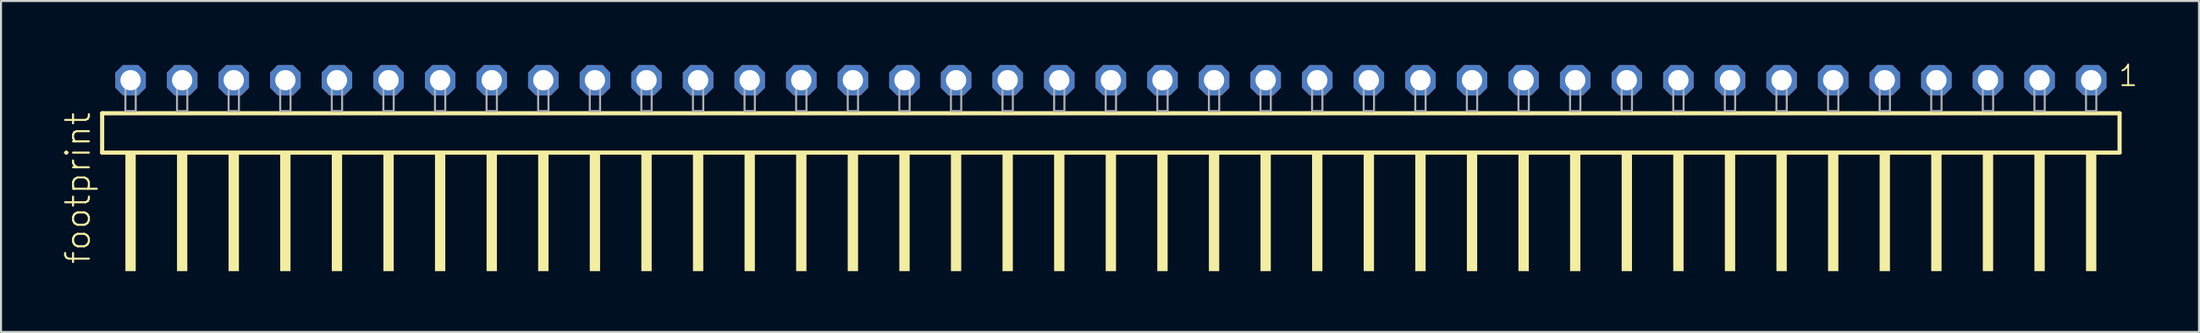
<source format=kicad_pcb>
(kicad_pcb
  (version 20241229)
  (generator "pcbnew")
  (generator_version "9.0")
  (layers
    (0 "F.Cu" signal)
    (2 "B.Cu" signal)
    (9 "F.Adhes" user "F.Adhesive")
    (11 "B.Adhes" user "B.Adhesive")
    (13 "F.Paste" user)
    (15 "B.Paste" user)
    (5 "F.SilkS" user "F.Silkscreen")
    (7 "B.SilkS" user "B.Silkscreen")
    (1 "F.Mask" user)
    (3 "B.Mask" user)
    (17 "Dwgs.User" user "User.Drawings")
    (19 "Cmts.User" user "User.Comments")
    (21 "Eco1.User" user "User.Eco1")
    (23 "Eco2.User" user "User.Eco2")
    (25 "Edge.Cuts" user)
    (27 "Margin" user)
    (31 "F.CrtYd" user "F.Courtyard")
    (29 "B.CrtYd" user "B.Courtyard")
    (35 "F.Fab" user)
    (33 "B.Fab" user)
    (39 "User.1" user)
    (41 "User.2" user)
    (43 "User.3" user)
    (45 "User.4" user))
  (footprint "footprint"
    (layer "F.Cu")
    (at 51.638 2.428)
    (property "Reference" "footprint" (at -50.165 7.62 90) (layer "F.SilkS") (effects (font (size 1.168 1.168) (thickness 0.102)) (justify left bottom)))
    (fp_line (start -49.659 0.106) (end -49.659 2.046) (stroke (width 0.203) (type solid)) (layer "F.SilkS"))
    (fp_line (start -49.659 2.046) (end 49.659 2.046) (stroke (width 0.203) (type solid)) (layer "F.SilkS"))
    (fp_line (start 49.659 0.106) (end -49.659 0.106) (stroke (width 0.203) (type solid)) (layer "F.SilkS"))
    (fp_line (start 49.659 2.046) (end 49.659 0.106) (stroke (width 0.203) (type solid)) (layer "F.SilkS"))
    (fp_poly (pts (xy -48.514 7.89) (xy -48.006 7.89) (xy -48.006 2.04) (xy -48.514 2.04)) (stroke (width 0) (type solid)) (fill yes) (layer "F.SilkS"))
    (fp_poly (pts (xy -45.974 7.89) (xy -45.466 7.89) (xy -45.466 2.04) (xy -45.974 2.04)) (stroke (width 0) (type solid)) (fill yes) (layer "F.SilkS"))
    (fp_poly (pts (xy -43.434 7.89) (xy -42.926 7.89) (xy -42.926 2.04) (xy -43.434 2.04)) (stroke (width 0) (type solid)) (fill yes) (layer "F.SilkS"))
    (fp_poly (pts (xy -40.894 7.89) (xy -40.386 7.89) (xy -40.386 2.04) (xy -40.894 2.04)) (stroke (width 0) (type solid)) (fill yes) (layer "F.SilkS"))
    (fp_poly (pts (xy -38.354 7.89) (xy -37.846 7.89) (xy -37.846 2.04) (xy -38.354 2.04)) (stroke (width 0) (type solid)) (fill yes) (layer "F.SilkS"))
    (fp_poly (pts (xy -35.814 7.89) (xy -35.306 7.89) (xy -35.306 2.04) (xy -35.814 2.04)) (stroke (width 0) (type solid)) (fill yes) (layer "F.SilkS"))
    (fp_poly (pts (xy -33.274 7.89) (xy -32.766 7.89) (xy -32.766 2.04) (xy -33.274 2.04)) (stroke (width 0) (type solid)) (fill yes) (layer "F.SilkS"))
    (fp_poly (pts (xy -30.734 7.89) (xy -30.226 7.89) (xy -30.226 2.04) (xy -30.734 2.04)) (stroke (width 0) (type solid)) (fill yes) (layer "F.SilkS"))
    (fp_poly (pts (xy -28.194 7.89) (xy -27.686 7.89) (xy -27.686 2.04) (xy -28.194 2.04)) (stroke (width 0) (type solid)) (fill yes) (layer "F.SilkS"))
    (fp_poly (pts (xy -25.654 7.89) (xy -25.146 7.89) (xy -25.146 2.04) (xy -25.654 2.04)) (stroke (width 0) (type solid)) (fill yes) (layer "F.SilkS"))
    (fp_poly (pts (xy -23.114 7.89) (xy -22.606 7.89) (xy -22.606 2.04) (xy -23.114 2.04)) (stroke (width 0) (type solid)) (fill yes) (layer "F.SilkS"))
    (fp_poly (pts (xy -20.574 7.89) (xy -20.066 7.89) (xy -20.066 2.04) (xy -20.574 2.04)) (stroke (width 0) (type solid)) (fill yes) (layer "F.SilkS"))
    (fp_poly (pts (xy -18.034 7.89) (xy -17.526 7.89) (xy -17.526 2.04) (xy -18.034 2.04)) (stroke (width 0) (type solid)) (fill yes) (layer "F.SilkS"))
    (fp_poly (pts (xy -15.494 7.89) (xy -14.986 7.89) (xy -14.986 2.04) (xy -15.494 2.04)) (stroke (width 0) (type solid)) (fill yes) (layer "F.SilkS"))
    (fp_poly (pts (xy -12.954 7.89) (xy -12.446 7.89) (xy -12.446 2.04) (xy -12.954 2.04)) (stroke (width 0) (type solid)) (fill yes) (layer "F.SilkS"))
    (fp_poly (pts (xy -10.414 7.89) (xy -9.906 7.89) (xy -9.906 2.04) (xy -10.414 2.04)) (stroke (width 0) (type solid)) (fill yes) (layer "F.SilkS"))
    (fp_poly (pts (xy -7.874 7.89) (xy -7.366 7.89) (xy -7.366 2.04) (xy -7.874 2.04)) (stroke (width 0) (type solid)) (fill yes) (layer "F.SilkS"))
    (fp_poly (pts (xy -5.334 7.89) (xy -4.826 7.89) (xy -4.826 2.04) (xy -5.334 2.04)) (stroke (width 0) (type solid)) (fill yes) (layer "F.SilkS"))
    (fp_poly (pts (xy -2.794 7.89) (xy -2.286 7.89) (xy -2.286 2.04) (xy -2.794 2.04)) (stroke (width 0) (type solid)) (fill yes) (layer "F.SilkS"))
    (fp_poly (pts (xy -0.254 7.89) (xy 0.254 7.89) (xy 0.254 2.04) (xy -0.254 2.04)) (stroke (width 0) (type solid)) (fill yes) (layer "F.SilkS"))
    (fp_poly (pts (xy 2.286 7.89) (xy 2.794 7.89) (xy 2.794 2.04) (xy 2.286 2.04)) (stroke (width 0) (type solid)) (fill yes) (layer "F.SilkS"))
    (fp_poly (pts (xy 4.826 7.89) (xy 5.334 7.89) (xy 5.334 2.04) (xy 4.826 2.04)) (stroke (width 0) (type solid)) (fill yes) (layer "F.SilkS"))
    (fp_poly (pts (xy 7.366 7.89) (xy 7.874 7.89) (xy 7.874 2.04) (xy 7.366 2.04)) (stroke (width 0) (type solid)) (fill yes) (layer "F.SilkS"))
    (fp_poly (pts (xy 9.906 7.89) (xy 10.414 7.89) (xy 10.414 2.04) (xy 9.906 2.04)) (stroke (width 0) (type solid)) (fill yes) (layer "F.SilkS"))
    (fp_poly (pts (xy 12.446 7.89) (xy 12.954 7.89) (xy 12.954 2.04) (xy 12.446 2.04)) (stroke (width 0) (type solid)) (fill yes) (layer "F.SilkS"))
    (fp_poly (pts (xy 14.986 7.89) (xy 15.494 7.89) (xy 15.494 2.04) (xy 14.986 2.04)) (stroke (width 0) (type solid)) (fill yes) (layer "F.SilkS"))
    (fp_poly (pts (xy 17.526 7.89) (xy 18.034 7.89) (xy 18.034 2.04) (xy 17.526 2.04)) (stroke (width 0) (type solid)) (fill yes) (layer "F.SilkS"))
    (fp_poly (pts (xy 20.066 7.89) (xy 20.574 7.89) (xy 20.574 2.04) (xy 20.066 2.04)) (stroke (width 0) (type solid)) (fill yes) (layer "F.SilkS"))
    (fp_poly (pts (xy 22.606 7.89) (xy 23.114 7.89) (xy 23.114 2.04) (xy 22.606 2.04)) (stroke (width 0) (type solid)) (fill yes) (layer "F.SilkS"))
    (fp_poly (pts (xy 25.146 7.89) (xy 25.654 7.89) (xy 25.654 2.04) (xy 25.146 2.04)) (stroke (width 0) (type solid)) (fill yes) (layer "F.SilkS"))
    (fp_poly (pts (xy 27.686 7.89) (xy 28.194 7.89) (xy 28.194 2.04) (xy 27.686 2.04)) (stroke (width 0) (type solid)) (fill yes) (layer "F.SilkS"))
    (fp_poly (pts (xy 30.226 7.89) (xy 30.734 7.89) (xy 30.734 2.04) (xy 30.226 2.04)) (stroke (width 0) (type solid)) (fill yes) (layer "F.SilkS"))
    (fp_poly (pts (xy 32.766 7.89) (xy 33.274 7.89) (xy 33.274 2.04) (xy 32.766 2.04)) (stroke (width 0) (type solid)) (fill yes) (layer "F.SilkS"))
    (fp_poly (pts (xy 35.306 7.89) (xy 35.814 7.89) (xy 35.814 2.04) (xy 35.306 2.04)) (stroke (width 0) (type solid)) (fill yes) (layer "F.SilkS"))
    (fp_poly (pts (xy 37.846 7.89) (xy 38.354 7.89) (xy 38.354 2.04) (xy 37.846 2.04)) (stroke (width 0) (type solid)) (fill yes) (layer "F.SilkS"))
    (fp_poly (pts (xy 40.386 7.89) (xy 40.894 7.89) (xy 40.894 2.04) (xy 40.386 2.04)) (stroke (width 0) (type solid)) (fill yes) (layer "F.SilkS"))
    (fp_poly (pts (xy 42.926 7.89) (xy 43.434 7.89) (xy 43.434 2.04) (xy 42.926 2.04)) (stroke (width 0) (type solid)) (fill yes) (layer "F.SilkS"))
    (fp_poly (pts (xy 45.466 7.89) (xy 45.974 7.89) (xy 45.974 2.04) (xy 45.466 2.04)) (stroke (width 0) (type solid)) (fill yes) (layer "F.SilkS"))
    (fp_poly (pts (xy 48.006 7.89) (xy 48.514 7.89) (xy 48.514 2.04) (xy 48.006 2.04)) (stroke (width 0) (type solid)) (fill yes) (layer "F.SilkS"))
    (fp_poly (pts (xy -48.514 0) (xy -48.006 0) (xy -48.006 -1.778) (xy -48.514 -1.778)) (stroke (width 0.1) (type solid)) (fill no) (layer "F.Fab"))
    (fp_poly (pts (xy -45.974 0) (xy -45.466 0) (xy -45.466 -1.778) (xy -45.974 -1.778)) (stroke (width 0.1) (type solid)) (fill no) (layer "F.Fab"))
    (fp_poly (pts (xy -43.434 0) (xy -42.926 0) (xy -42.926 -1.778) (xy -43.434 -1.778)) (stroke (width 0.1) (type solid)) (fill no) (layer "F.Fab"))
    (fp_poly (pts (xy -40.894 0) (xy -40.386 0) (xy -40.386 -1.778) (xy -40.894 -1.778)) (stroke (width 0.1) (type solid)) (fill no) (layer "F.Fab"))
    (fp_poly (pts (xy -38.354 0) (xy -37.846 0) (xy -37.846 -1.778) (xy -38.354 -1.778)) (stroke (width 0.1) (type solid)) (fill no) (layer "F.Fab"))
    (fp_poly (pts (xy -35.814 0) (xy -35.306 0) (xy -35.306 -1.778) (xy -35.814 -1.778)) (stroke (width 0.1) (type solid)) (fill no) (layer "F.Fab"))
    (fp_poly (pts (xy -33.274 0) (xy -32.766 0) (xy -32.766 -1.778) (xy -33.274 -1.778)) (stroke (width 0.1) (type solid)) (fill no) (layer "F.Fab"))
    (fp_poly (pts (xy -30.734 0) (xy -30.226 0) (xy -30.226 -1.778) (xy -30.734 -1.778)) (stroke (width 0.1) (type solid)) (fill no) (layer "F.Fab"))
    (fp_poly (pts (xy -28.194 0) (xy -27.686 0) (xy -27.686 -1.778) (xy -28.194 -1.778)) (stroke (width 0.1) (type solid)) (fill no) (layer "F.Fab"))
    (fp_poly (pts (xy -25.654 0) (xy -25.146 0) (xy -25.146 -1.778) (xy -25.654 -1.778)) (stroke (width 0.1) (type solid)) (fill no) (layer "F.Fab"))
    (fp_poly (pts (xy -23.114 0) (xy -22.606 0) (xy -22.606 -1.778) (xy -23.114 -1.778)) (stroke (width 0.1) (type solid)) (fill no) (layer "F.Fab"))
    (fp_poly (pts (xy -20.574 0) (xy -20.066 0) (xy -20.066 -1.778) (xy -20.574 -1.778)) (stroke (width 0.1) (type solid)) (fill no) (layer "F.Fab"))
    (fp_poly (pts (xy -18.034 0) (xy -17.526 0) (xy -17.526 -1.778) (xy -18.034 -1.778)) (stroke (width 0.1) (type solid)) (fill no) (layer "F.Fab"))
    (fp_poly (pts (xy -15.494 0) (xy -14.986 0) (xy -14.986 -1.778) (xy -15.494 -1.778)) (stroke (width 0.1) (type solid)) (fill no) (layer "F.Fab"))
    (fp_poly (pts (xy -12.954 0) (xy -12.446 0) (xy -12.446 -1.778) (xy -12.954 -1.778)) (stroke (width 0.1) (type solid)) (fill no) (layer "F.Fab"))
    (fp_poly (pts (xy -10.414 0) (xy -9.906 0) (xy -9.906 -1.778) (xy -10.414 -1.778)) (stroke (width 0.1) (type solid)) (fill no) (layer "F.Fab"))
    (fp_poly (pts (xy -7.874 0) (xy -7.366 0) (xy -7.366 -1.778) (xy -7.874 -1.778)) (stroke (width 0.1) (type solid)) (fill no) (layer "F.Fab"))
    (fp_poly (pts (xy -5.334 0) (xy -4.826 0) (xy -4.826 -1.778) (xy -5.334 -1.778)) (stroke (width 0.1) (type solid)) (fill no) (layer "F.Fab"))
    (fp_poly (pts (xy -2.794 0) (xy -2.286 0) (xy -2.286 -1.778) (xy -2.794 -1.778)) (stroke (width 0.1) (type solid)) (fill no) (layer "F.Fab"))
    (fp_poly (pts (xy -0.254 0) (xy 0.254 0) (xy 0.254 -1.778) (xy -0.254 -1.778)) (stroke (width 0.1) (type solid)) (fill no) (layer "F.Fab"))
    (fp_poly (pts (xy 2.286 0) (xy 2.794 0) (xy 2.794 -1.778) (xy 2.286 -1.778)) (stroke (width 0.1) (type solid)) (fill no) (layer "F.Fab"))
    (fp_poly (pts (xy 4.826 0) (xy 5.334 0) (xy 5.334 -1.778) (xy 4.826 -1.778)) (stroke (width 0.1) (type solid)) (fill no) (layer "F.Fab"))
    (fp_poly (pts (xy 7.366 0) (xy 7.874 0) (xy 7.874 -1.778) (xy 7.366 -1.778)) (stroke (width 0.1) (type solid)) (fill no) (layer "F.Fab"))
    (fp_poly (pts (xy 9.906 0) (xy 10.414 0) (xy 10.414 -1.778) (xy 9.906 -1.778)) (stroke (width 0.1) (type solid)) (fill no) (layer "F.Fab"))
    (fp_poly (pts (xy 12.446 0) (xy 12.954 0) (xy 12.954 -1.778) (xy 12.446 -1.778)) (stroke (width 0.1) (type solid)) (fill no) (layer "F.Fab"))
    (fp_poly (pts (xy 14.986 0) (xy 15.494 0) (xy 15.494 -1.778) (xy 14.986 -1.778)) (stroke (width 0.1) (type solid)) (fill no) (layer "F.Fab"))
    (fp_poly (pts (xy 17.526 0) (xy 18.034 0) (xy 18.034 -1.778) (xy 17.526 -1.778)) (stroke (width 0.1) (type solid)) (fill no) (layer "F.Fab"))
    (fp_poly (pts (xy 20.066 0) (xy 20.574 0) (xy 20.574 -1.778) (xy 20.066 -1.778)) (stroke (width 0.1) (type solid)) (fill no) (layer "F.Fab"))
    (fp_poly (pts (xy 22.606 0) (xy 23.114 0) (xy 23.114 -1.778) (xy 22.606 -1.778)) (stroke (width 0.1) (type solid)) (fill no) (layer "F.Fab"))
    (fp_poly (pts (xy 25.146 0) (xy 25.654 0) (xy 25.654 -1.778) (xy 25.146 -1.778)) (stroke (width 0.1) (type solid)) (fill no) (layer "F.Fab"))
    (fp_poly (pts (xy 27.686 0) (xy 28.194 0) (xy 28.194 -1.778) (xy 27.686 -1.778)) (stroke (width 0.1) (type solid)) (fill no) (layer "F.Fab"))
    (fp_poly (pts (xy 30.226 0) (xy 30.734 0) (xy 30.734 -1.778) (xy 30.226 -1.778)) (stroke (width 0.1) (type solid)) (fill no) (layer "F.Fab"))
    (fp_poly (pts (xy 32.766 0) (xy 33.274 0) (xy 33.274 -1.778) (xy 32.766 -1.778)) (stroke (width 0.1) (type solid)) (fill no) (layer "F.Fab"))
    (fp_poly (pts (xy 35.306 0) (xy 35.814 0) (xy 35.814 -1.778) (xy 35.306 -1.778)) (stroke (width 0.1) (type solid)) (fill no) (layer "F.Fab"))
    (fp_poly (pts (xy 37.846 0) (xy 38.354 0) (xy 38.354 -1.778) (xy 37.846 -1.778)) (stroke (width 0.1) (type solid)) (fill no) (layer "F.Fab"))
    (fp_poly (pts (xy 40.386 0) (xy 40.894 0) (xy 40.894 -1.778) (xy 40.386 -1.778)) (stroke (width 0.1) (type solid)) (fill no) (layer "F.Fab"))
    (fp_poly (pts (xy 42.926 0) (xy 43.434 0) (xy 43.434 -1.778) (xy 42.926 -1.778)) (stroke (width 0.1) (type solid)) (fill no) (layer "F.Fab"))
    (fp_poly (pts (xy 45.466 0) (xy 45.974 0) (xy 45.974 -1.778) (xy 45.466 -1.778)) (stroke (width 0.1) (type solid)) (fill no) (layer "F.Fab"))
    (fp_poly (pts (xy 48.006 0) (xy 48.514 0) (xy 48.514 -1.778) (xy 48.006 -1.778)) (stroke (width 0.1) (type solid)) (fill no) (layer "F.Fab"))
    (fp_text user "1" (at 49.542 -1.152 0) (layer "F.SilkS") (effects (font (size 1.012 1.012) (thickness 0.088)) (justify left bottom)))
    (pad "1" thru_hole roundrect (at 48.26 -1.524 180) (size 1.5 1.5) (drill 1) (layers "*.Cu" "*.Mask") (roundrect_rratio 0.25) (chamfer_ratio 0.25) (chamfer top_left top_right bottom_left bottom_right))
    (pad "2" thru_hole roundrect (at 45.72 -1.524 180) (size 1.5 1.5) (drill 1) (layers "*.Cu" "*.Mask") (roundrect_rratio 0.25) (chamfer_ratio 0.25) (chamfer top_left top_right bottom_left bottom_right))
    (pad "3" thru_hole roundrect (at 43.18 -1.524 180) (size 1.5 1.5) (drill 1) (layers "*.Cu" "*.Mask") (roundrect_rratio 0.25) (chamfer_ratio 0.25) (chamfer top_left top_right bottom_left bottom_right))
    (pad "4" thru_hole roundrect (at 40.64 -1.524 180) (size 1.5 1.5) (drill 1) (layers "*.Cu" "*.Mask") (roundrect_rratio 0.25) (chamfer_ratio 0.25) (chamfer top_left top_right bottom_left bottom_right))
    (pad "5" thru_hole roundrect (at 38.1 -1.524 180) (size 1.5 1.5) (drill 1) (layers "*.Cu" "*.Mask") (roundrect_rratio 0.25) (chamfer_ratio 0.25) (chamfer top_left top_right bottom_left bottom_right))
    (pad "6" thru_hole roundrect (at 35.56 -1.524 180) (size 1.5 1.5) (drill 1) (layers "*.Cu" "*.Mask") (roundrect_rratio 0.25) (chamfer_ratio 0.25) (chamfer top_left top_right bottom_left bottom_right))
    (pad "7" thru_hole roundrect (at 33.02 -1.524 180) (size 1.5 1.5) (drill 1) (layers "*.Cu" "*.Mask") (roundrect_rratio 0.25) (chamfer_ratio 0.25) (chamfer top_left top_right bottom_left bottom_right))
    (pad "8" thru_hole roundrect (at 30.48 -1.524 180) (size 1.5 1.5) (drill 1) (layers "*.Cu" "*.Mask") (roundrect_rratio 0.25) (chamfer_ratio 0.25) (chamfer top_left top_right bottom_left bottom_right))
    (pad "9" thru_hole roundrect (at 27.94 -1.524 180) (size 1.5 1.5) (drill 1) (layers "*.Cu" "*.Mask") (roundrect_rratio 0.25) (chamfer_ratio 0.25) (chamfer top_left top_right bottom_left bottom_right))
    (pad "10" thru_hole roundrect (at 25.4 -1.524 180) (size 1.5 1.5) (drill 1) (layers "*.Cu" "*.Mask") (roundrect_rratio 0.25) (chamfer_ratio 0.25) (chamfer top_left top_right bottom_left bottom_right))
    (pad "11" thru_hole roundrect (at 22.86 -1.524 180) (size 1.5 1.5) (drill 1) (layers "*.Cu" "*.Mask") (roundrect_rratio 0.25) (chamfer_ratio 0.25) (chamfer top_left top_right bottom_left bottom_right))
    (pad "12" thru_hole roundrect (at 20.32 -1.524 180) (size 1.5 1.5) (drill 1) (layers "*.Cu" "*.Mask") (roundrect_rratio 0.25) (chamfer_ratio 0.25) (chamfer top_left top_right bottom_left bottom_right))
    (pad "13" thru_hole roundrect (at 17.78 -1.524 180) (size 1.5 1.5) (drill 1) (layers "*.Cu" "*.Mask") (roundrect_rratio 0.25) (chamfer_ratio 0.25) (chamfer top_left top_right bottom_left bottom_right))
    (pad "14" thru_hole roundrect (at 15.24 -1.524 180) (size 1.5 1.5) (drill 1) (layers "*.Cu" "*.Mask") (roundrect_rratio 0.25) (chamfer_ratio 0.25) (chamfer top_left top_right bottom_left bottom_right))
    (pad "15" thru_hole roundrect (at 12.7 -1.524 180) (size 1.5 1.5) (drill 1) (layers "*.Cu" "*.Mask") (roundrect_rratio 0.25) (chamfer_ratio 0.25) (chamfer top_left top_right bottom_left bottom_right))
    (pad "16" thru_hole roundrect (at 10.16 -1.524 180) (size 1.5 1.5) (drill 1) (layers "*.Cu" "*.Mask") (roundrect_rratio 0.25) (chamfer_ratio 0.25) (chamfer top_left top_right bottom_left bottom_right))
    (pad "17" thru_hole roundrect (at 7.62 -1.524 180) (size 1.5 1.5) (drill 1) (layers "*.Cu" "*.Mask") (roundrect_rratio 0.25) (chamfer_ratio 0.25) (chamfer top_left top_right bottom_left bottom_right))
    (pad "18" thru_hole roundrect (at 5.08 -1.524 180) (size 1.5 1.5) (drill 1) (layers "*.Cu" "*.Mask") (roundrect_rratio 0.25) (chamfer_ratio 0.25) (chamfer top_left top_right bottom_left bottom_right))
    (pad "19" thru_hole roundrect (at 2.54 -1.524 180) (size 1.5 1.5) (drill 1) (layers "*.Cu" "*.Mask") (roundrect_rratio 0.25) (chamfer_ratio 0.25) (chamfer top_left top_right bottom_left bottom_right))
    (pad "20" thru_hole roundrect (at 0 -1.524 180) (size 1.5 1.5) (drill 1) (layers "*.Cu" "*.Mask") (roundrect_rratio 0.25) (chamfer_ratio 0.25) (chamfer top_left top_right bottom_left bottom_right))
    (pad "21" thru_hole roundrect (at -2.54 -1.524 180) (size 1.5 1.5) (drill 1) (layers "*.Cu" "*.Mask") (roundrect_rratio 0.25) (chamfer_ratio 0.25) (chamfer top_left top_right bottom_left bottom_right))
    (pad "22" thru_hole roundrect (at -5.08 -1.524 180) (size 1.5 1.5) (drill 1) (layers "*.Cu" "*.Mask") (roundrect_rratio 0.25) (chamfer_ratio 0.25) (chamfer top_left top_right bottom_left bottom_right))
    (pad "23" thru_hole roundrect (at -7.62 -1.524 180) (size 1.5 1.5) (drill 1) (layers "*.Cu" "*.Mask") (roundrect_rratio 0.25) (chamfer_ratio 0.25) (chamfer top_left top_right bottom_left bottom_right))
    (pad "24" thru_hole roundrect (at -10.16 -1.524 180) (size 1.5 1.5) (drill 1) (layers "*.Cu" "*.Mask") (roundrect_rratio 0.25) (chamfer_ratio 0.25) (chamfer top_left top_right bottom_left bottom_right))
    (pad "25" thru_hole roundrect (at -12.7 -1.524 180) (size 1.5 1.5) (drill 1) (layers "*.Cu" "*.Mask") (roundrect_rratio 0.25) (chamfer_ratio 0.25) (chamfer top_left top_right bottom_left bottom_right))
    (pad "26" thru_hole roundrect (at -15.24 -1.524 180) (size 1.5 1.5) (drill 1) (layers "*.Cu" "*.Mask") (roundrect_rratio 0.25) (chamfer_ratio 0.25) (chamfer top_left top_right bottom_left bottom_right))
    (pad "27" thru_hole roundrect (at -17.78 -1.524 180) (size 1.5 1.5) (drill 1) (layers "*.Cu" "*.Mask") (roundrect_rratio 0.25) (chamfer_ratio 0.25) (chamfer top_left top_right bottom_left bottom_right))
    (pad "28" thru_hole roundrect (at -20.32 -1.524 180) (size 1.5 1.5) (drill 1) (layers "*.Cu" "*.Mask") (roundrect_rratio 0.25) (chamfer_ratio 0.25) (chamfer top_left top_right bottom_left bottom_right))
    (pad "29" thru_hole roundrect (at -22.86 -1.524 180) (size 1.5 1.5) (drill 1) (layers "*.Cu" "*.Mask") (roundrect_rratio 0.25) (chamfer_ratio 0.25) (chamfer top_left top_right bottom_left bottom_right))
    (pad "30" thru_hole roundrect (at -25.4 -1.524 180) (size 1.5 1.5) (drill 1) (layers "*.Cu" "*.Mask") (roundrect_rratio 0.25) (chamfer_ratio 0.25) (chamfer top_left top_right bottom_left bottom_right))
    (pad "31" thru_hole roundrect (at -27.94 -1.524 180) (size 1.5 1.5) (drill 1) (layers "*.Cu" "*.Mask") (roundrect_rratio 0.25) (chamfer_ratio 0.25) (chamfer top_left top_right bottom_left bottom_right))
    (pad "32" thru_hole roundrect (at -30.48 -1.524 180) (size 1.5 1.5) (drill 1) (layers "*.Cu" "*.Mask") (roundrect_rratio 0.25) (chamfer_ratio 0.25) (chamfer top_left top_right bottom_left bottom_right))
    (pad "33" thru_hole roundrect (at -33.02 -1.524 180) (size 1.5 1.5) (drill 1) (layers "*.Cu" "*.Mask") (roundrect_rratio 0.25) (chamfer_ratio 0.25) (chamfer top_left top_right bottom_left bottom_right))
    (pad "34" thru_hole roundrect (at -35.56 -1.524 180) (size 1.5 1.5) (drill 1) (layers "*.Cu" "*.Mask") (roundrect_rratio 0.25) (chamfer_ratio 0.25) (chamfer top_left top_right bottom_left bottom_right))
    (pad "35" thru_hole roundrect (at -38.1 -1.524 180) (size 1.5 1.5) (drill 1) (layers "*.Cu" "*.Mask") (roundrect_rratio 0.25) (chamfer_ratio 0.25) (chamfer top_left top_right bottom_left bottom_right))
    (pad "36" thru_hole roundrect (at -40.64 -1.524 180) (size 1.5 1.5) (drill 1) (layers "*.Cu" "*.Mask") (roundrect_rratio 0.25) (chamfer_ratio 0.25) (chamfer top_left top_right bottom_left bottom_right))
    (pad "37" thru_hole roundrect (at -43.18 -1.524 180) (size 1.5 1.5) (drill 1) (layers "*.Cu" "*.Mask") (roundrect_rratio 0.25) (chamfer_ratio 0.25) (chamfer top_left top_right bottom_left bottom_right))
    (pad "38" thru_hole roundrect (at -45.72 -1.524 180) (size 1.5 1.5) (drill 1) (layers "*.Cu" "*.Mask") (roundrect_rratio 0.25) (chamfer_ratio 0.25) (chamfer top_left top_right bottom_left bottom_right))
    (pad "39" thru_hole roundrect (at -48.26 -1.524 180) (size 1.5 1.5) (drill 1) (layers "*.Cu" "*.Mask") (roundrect_rratio 0.25) (chamfer_ratio 0.25) (chamfer top_left top_right bottom_left bottom_right)))
  (gr_rect
    (start -3 -3)
    (end 105.206 13.318)
    (stroke (width 0.1) (type default))
    (fill no)
    (layer "Edge.Cuts")))
</source>
